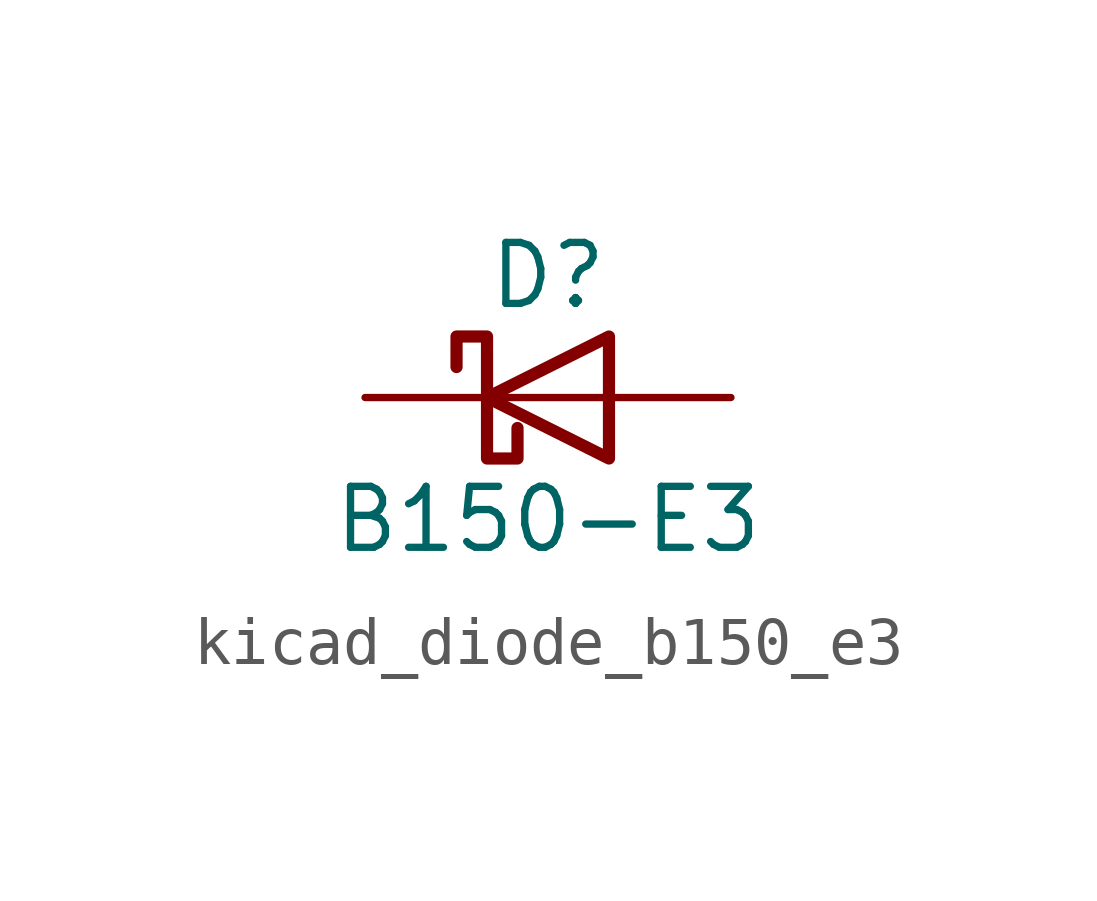
<source format=kicad_sym>
(kicad_symbol_lib
  (version 20220914)
  (generator kicad_symbol_editor)
  (symbol "kicad_diode_b150_e3"
    (pin_numbers hide)
    (pin_names hide)
    (property "Reference" "D"
      (at 0 2.54 0)
      (effects (font (size 1.27 1.27))))
    (property "Value" "B150-E3"
      (at 0 -2.54 0)
      (effects (font (size 1.27 1.27))))
    (symbol "kicad_diode_b150_e3_0_1"
      (polyline (pts (xy 1.27 0) (xy -1.27 0)) (stroke (width 0) (type default)) (fill (type none)))
      (polyline (pts (xy 1.27 1.27) (xy 1.27 -1.27) (xy -1.27 0) (xy 1.27 1.27)) (stroke (width 0.254) (type default)) (fill (type none)))
      (polyline (pts (xy -1.905 0.635) (xy -1.905 1.27) (xy -1.27 1.27) (xy -1.27 -1.27) (xy -0.635 -1.27) (xy -0.635 -0.635)) (stroke (width 0.254) (type default)) (fill (type none))))
    (symbol "kicad_diode_b150_e3_1_1"
      (pin passive line (at -3.81 0 0) (length 2.54) (name "K" (effects (font (size 1.27 1.27)))) (number "1" (effects (font (size 1.27 1.27)))))
      (pin passive line (at 3.81 0 180) (length 2.54) (name "A" (effects (font (size 1.27 1.27)))) (number "2" (effects (font (size 1.27 1.27))))))))
</source>
